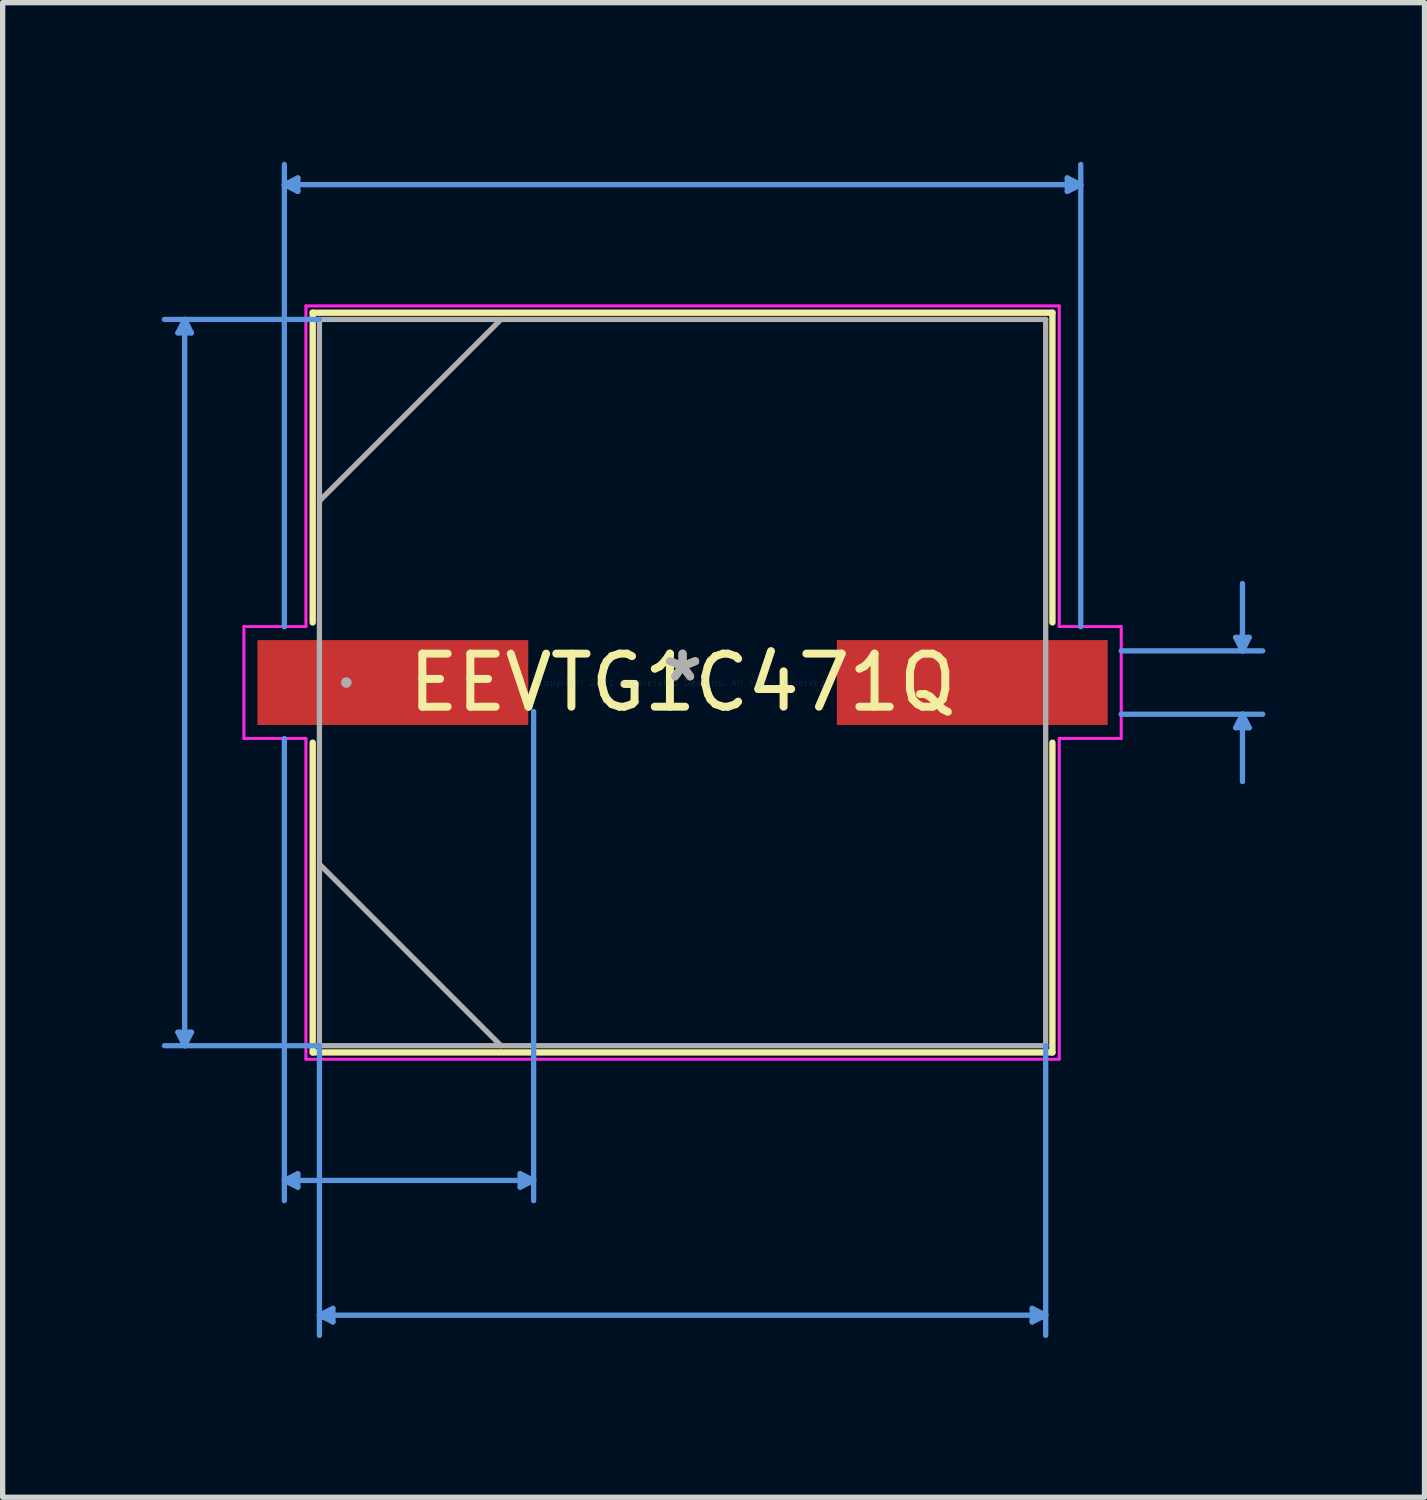
<source format=kicad_pcb>
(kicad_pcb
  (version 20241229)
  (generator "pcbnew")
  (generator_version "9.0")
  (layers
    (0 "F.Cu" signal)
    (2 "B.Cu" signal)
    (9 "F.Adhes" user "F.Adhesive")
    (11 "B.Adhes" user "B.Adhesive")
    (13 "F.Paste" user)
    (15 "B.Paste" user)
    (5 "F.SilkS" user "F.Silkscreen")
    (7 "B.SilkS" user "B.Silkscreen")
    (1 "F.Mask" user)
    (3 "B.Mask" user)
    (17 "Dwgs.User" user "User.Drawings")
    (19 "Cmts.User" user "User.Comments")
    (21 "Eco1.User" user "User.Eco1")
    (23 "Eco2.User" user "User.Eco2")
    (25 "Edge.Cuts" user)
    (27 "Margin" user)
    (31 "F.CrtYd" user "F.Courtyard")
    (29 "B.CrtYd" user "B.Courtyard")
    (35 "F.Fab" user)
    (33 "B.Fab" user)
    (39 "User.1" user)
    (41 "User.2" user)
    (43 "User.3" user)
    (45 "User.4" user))
  (footprint "EEVTG1C471Q"
    (layer "F.Cu")
    (at 9.816 9.816)
    (property "Reference" "EEVTG1C471Q" (at 0 0 0) (layer "F.SilkS") (effects (font (size 1 1) (thickness 0.15))))
    (attr through_hole)
    (fp_line (start -6.972 -6.972) (end -6.972 -1.133) (stroke (width 0.12) (type solid)) (layer "F.SilkS"))
    (fp_line (start -6.972 1.133) (end -6.972 6.972) (stroke (width 0.12) (type solid)) (layer "F.SilkS"))
    (fp_line (start -6.972 6.972) (end 6.972 6.972) (stroke (width 0.12) (type solid)) (layer "F.SilkS"))
    (fp_line (start 6.972 -6.972) (end -6.972 -6.972) (stroke (width 0.12) (type solid)) (layer "F.SilkS"))
    (fp_line (start 6.972 -1.133) (end 6.972 -6.972) (stroke (width 0.12) (type solid)) (layer "F.SilkS"))
    (fp_line (start 6.972 6.972) (end 6.972 1.133) (stroke (width 0.12) (type solid)) (layer "F.SilkS"))
    (fp_line (start -9.512 -6.591) (end -9.258 -6.591) (stroke (width 0.1) (type solid)) (layer "Cmts.User"))
    (fp_line (start -9.512 6.591) (end -9.258 6.591) (stroke (width 0.1) (type solid)) (layer "Cmts.User"))
    (fp_line (start -9.385 -6.845) (end -9.512 -6.591) (stroke (width 0.1) (type solid)) (layer "Cmts.User"))
    (fp_line (start -9.385 -6.845) (end -9.385 6.845) (stroke (width 0.1) (type solid)) (layer "Cmts.User"))
    (fp_line (start -9.385 -6.845) (end -9.258 -6.591) (stroke (width 0.1) (type solid)) (layer "Cmts.User"))
    (fp_line (start -9.385 6.845) (end -9.512 6.591) (stroke (width 0.1) (type solid)) (layer "Cmts.User"))
    (fp_line (start -9.385 6.845) (end -9.258 6.591) (stroke (width 0.1) (type solid)) (layer "Cmts.User"))
    (fp_line (start -7.506 -9.385) (end -7.252 -9.512) (stroke (width 0.1) (type solid)) (layer "Cmts.User"))
    (fp_line (start -7.506 -9.385) (end -7.252 -9.258) (stroke (width 0.1) (type solid)) (layer "Cmts.User"))
    (fp_line (start -7.506 -9.385) (end 7.506 -9.385) (stroke (width 0.1) (type solid)) (layer "Cmts.User"))
    (fp_line (start -7.506 -1.054) (end -7.506 -9.766) (stroke (width 0.1) (type solid)) (layer "Cmts.User"))
    (fp_line (start -7.506 1.054) (end -7.506 9.766) (stroke (width 0.1) (type solid)) (layer "Cmts.User"))
    (fp_line (start -7.506 9.385) (end -7.252 9.258) (stroke (width 0.1) (type solid)) (layer "Cmts.User"))
    (fp_line (start -7.506 9.385) (end -7.252 9.512) (stroke (width 0.1) (type solid)) (layer "Cmts.User"))
    (fp_line (start -7.506 9.385) (end -2.807 9.385) (stroke (width 0.1) (type solid)) (layer "Cmts.User"))
    (fp_line (start -7.252 -9.512) (end -7.252 -9.258) (stroke (width 0.1) (type solid)) (layer "Cmts.User"))
    (fp_line (start -7.252 9.258) (end -7.252 9.512) (stroke (width 0.1) (type solid)) (layer "Cmts.User"))
    (fp_line (start -6.845 -6.845) (end -9.766 -6.845) (stroke (width 0.1) (type solid)) (layer "Cmts.User"))
    (fp_line (start -6.845 6.845) (end -9.766 6.845) (stroke (width 0.1) (type solid)) (layer "Cmts.User"))
    (fp_line (start -6.845 6.845) (end -6.845 12.306) (stroke (width 0.1) (type solid)) (layer "Cmts.User"))
    (fp_line (start -6.845 11.925) (end -6.591 11.798) (stroke (width 0.1) (type solid)) (layer "Cmts.User"))
    (fp_line (start -6.845 11.925) (end -6.591 12.052) (stroke (width 0.1) (type solid)) (layer "Cmts.User"))
    (fp_line (start -6.845 11.925) (end 6.845 11.925) (stroke (width 0.1) (type solid)) (layer "Cmts.User"))
    (fp_line (start -6.591 11.798) (end -6.591 12.052) (stroke (width 0.1) (type solid)) (layer "Cmts.User"))
    (fp_line (start -3.061 9.258) (end -3.061 9.512) (stroke (width 0.1) (type solid)) (layer "Cmts.User"))
    (fp_line (start -2.807 0.546) (end -2.807 9.766) (stroke (width 0.1) (type solid)) (layer "Cmts.User"))
    (fp_line (start -2.807 9.385) (end -3.061 9.258) (stroke (width 0.1) (type solid)) (layer "Cmts.User"))
    (fp_line (start -2.807 9.385) (end -3.061 9.512) (stroke (width 0.1) (type solid)) (layer "Cmts.User"))
    (fp_line (start 6.591 11.798) (end 6.591 12.052) (stroke (width 0.1) (type solid)) (layer "Cmts.User"))
    (fp_line (start 6.845 6.845) (end 6.845 12.306) (stroke (width 0.1) (type solid)) (layer "Cmts.User"))
    (fp_line (start 6.845 11.925) (end 6.591 11.798) (stroke (width 0.1) (type solid)) (layer "Cmts.User"))
    (fp_line (start 6.845 11.925) (end 6.591 12.052) (stroke (width 0.1) (type solid)) (layer "Cmts.User"))
    (fp_line (start 7.252 -9.512) (end 7.252 -9.258) (stroke (width 0.1) (type solid)) (layer "Cmts.User"))
    (fp_line (start 7.506 -9.385) (end 7.252 -9.512) (stroke (width 0.1) (type solid)) (layer "Cmts.User"))
    (fp_line (start 7.506 -9.385) (end 7.252 -9.258) (stroke (width 0.1) (type solid)) (layer "Cmts.User"))
    (fp_line (start 7.506 -1.054) (end 7.506 -9.766) (stroke (width 0.1) (type solid)) (layer "Cmts.User"))
    (fp_line (start 8.268 -0.597) (end 10.935 -0.597) (stroke (width 0.1) (type solid)) (layer "Cmts.User"))
    (fp_line (start 8.268 0.597) (end 10.935 0.597) (stroke (width 0.1) (type solid)) (layer "Cmts.User"))
    (fp_line (start 10.427 -0.851) (end 10.681 -0.851) (stroke (width 0.1) (type solid)) (layer "Cmts.User"))
    (fp_line (start 10.427 0.851) (end 10.681 0.851) (stroke (width 0.1) (type solid)) (layer "Cmts.User"))
    (fp_line (start 10.554 -0.597) (end 10.427 -0.851) (stroke (width 0.1) (type solid)) (layer "Cmts.User"))
    (fp_line (start 10.554 -0.597) (end 10.554 -1.867) (stroke (width 0.1) (type solid)) (layer "Cmts.User"))
    (fp_line (start 10.554 -0.597) (end 10.681 -0.851) (stroke (width 0.1) (type solid)) (layer "Cmts.User"))
    (fp_line (start 10.554 0.597) (end 10.427 0.851) (stroke (width 0.1) (type solid)) (layer "Cmts.User"))
    (fp_line (start 10.554 0.597) (end 10.554 1.867) (stroke (width 0.1) (type solid)) (layer "Cmts.User"))
    (fp_line (start 10.554 0.597) (end 10.681 0.851) (stroke (width 0.1) (type solid)) (layer "Cmts.User"))
    (fp_line (start -8.268 -1.054) (end -7.099 -1.054) (stroke (width 0.05) (type solid)) (layer "F.CrtYd"))
    (fp_line (start -8.268 -1.054) (end -7.099 -1.054) (stroke (width 0.05) (type solid)) (layer "F.CrtYd"))
    (fp_line (start -8.268 1.054) (end -8.268 -1.054) (stroke (width 0.05) (type solid)) (layer "F.CrtYd"))
    (fp_line (start -8.268 1.054) (end -8.268 -1.054) (stroke (width 0.05) (type solid)) (layer "F.CrtYd"))
    (fp_line (start -7.099 -7.099) (end 7.099 -7.099) (stroke (width 0.05) (type solid)) (layer "F.CrtYd"))
    (fp_line (start -7.099 -7.099) (end 7.099 -7.099) (stroke (width 0.05) (type solid)) (layer "F.CrtYd"))
    (fp_line (start -7.099 -1.054) (end -7.099 -7.099) (stroke (width 0.05) (type solid)) (layer "F.CrtYd"))
    (fp_line (start -7.099 -1.054) (end -7.099 -7.099) (stroke (width 0.05) (type solid)) (layer "F.CrtYd"))
    (fp_line (start -7.099 1.054) (end -8.268 1.054) (stroke (width 0.05) (type solid)) (layer "F.CrtYd"))
    (fp_line (start -7.099 1.054) (end -8.268 1.054) (stroke (width 0.05) (type solid)) (layer "F.CrtYd"))
    (fp_line (start -7.099 7.099) (end -7.099 1.054) (stroke (width 0.05) (type solid)) (layer "F.CrtYd"))
    (fp_line (start -7.099 7.099) (end -7.099 1.054) (stroke (width 0.05) (type solid)) (layer "F.CrtYd"))
    (fp_line (start 7.099 -7.099) (end 7.099 -1.054) (stroke (width 0.05) (type solid)) (layer "F.CrtYd"))
    (fp_line (start 7.099 -7.099) (end 7.099 -1.054) (stroke (width 0.05) (type solid)) (layer "F.CrtYd"))
    (fp_line (start 7.099 -1.054) (end 8.268 -1.054) (stroke (width 0.05) (type solid)) (layer "F.CrtYd"))
    (fp_line (start 7.099 -1.054) (end 8.268 -1.054) (stroke (width 0.05) (type solid)) (layer "F.CrtYd"))
    (fp_line (start 7.099 1.054) (end 7.099 7.099) (stroke (width 0.05) (type solid)) (layer "F.CrtYd"))
    (fp_line (start 7.099 1.054) (end 7.099 7.099) (stroke (width 0.05) (type solid)) (layer "F.CrtYd"))
    (fp_line (start 7.099 7.099) (end -7.099 7.099) (stroke (width 0.05) (type solid)) (layer "F.CrtYd"))
    (fp_line (start 7.099 7.099) (end -7.099 7.099) (stroke (width 0.05) (type solid)) (layer "F.CrtYd"))
    (fp_line (start 8.268 -1.054) (end 8.268 1.054) (stroke (width 0.05) (type solid)) (layer "F.CrtYd"))
    (fp_line (start 8.268 -1.054) (end 8.268 1.054) (stroke (width 0.05) (type solid)) (layer "F.CrtYd"))
    (fp_line (start 8.268 1.054) (end 7.099 1.054) (stroke (width 0.05) (type solid)) (layer "F.CrtYd"))
    (fp_line (start 8.268 1.054) (end 7.099 1.054) (stroke (width 0.05) (type solid)) (layer "F.CrtYd"))
    (fp_line (start -6.845 -6.845) (end -6.845 6.845) (stroke (width 0.1) (type solid)) (layer "F.Fab"))
    (fp_line (start -6.845 -3.423) (end -3.423 -6.845) (stroke (width 0.1) (type solid)) (layer "F.Fab"))
    (fp_line (start -6.845 3.423) (end -3.423 6.845) (stroke (width 0.1) (type solid)) (layer "F.Fab"))
    (fp_line (start -6.845 6.845) (end 6.845 6.845) (stroke (width 0.1) (type solid)) (layer "F.Fab"))
    (fp_line (start 6.845 -6.845) (end -6.845 -6.845) (stroke (width 0.1) (type solid)) (layer "F.Fab"))
    (fp_line (start 6.845 6.845) (end 6.845 -6.845) (stroke (width 0.1) (type solid)) (layer "F.Fab"))
    (fp_circle (center -6.337 0) (end -6.337 0) (stroke (width 0.1) (type solid)) (fill no) (layer "F.Fab"))
    (fp_text user "*" (at 0 0 0) (layer "F.SilkS") (effects (font (size 1 1) (thickness 0.15))))
    (fp_text user "Copyright 2021 Accelerated Designs. All rights reserved." (at 0 0 0) (layer "Cmts.User") (effects (font (size 0.127 0.127) (thickness 0.002))))
    (fp_text user "*" (at 0 0 0) (layer "F.Fab") (effects (font (size 1 1) (thickness 0.15))))
    (pad "1" smd rect (at -5.461 0) (size 5.105 1.6) (layers "F.Cu" "F.Mask" "F.Paste"))
    (pad "2" smd rect (at 5.461 0) (size 5.105 1.6) (layers "F.Cu" "F.Mask" "F.Paste")))
  (gr_rect
    (start -3 -3)
    (end 23.801 25.173)
    (stroke (width 0.1) (type default))
    (fill no)
    (layer "Edge.Cuts")))
</source>
